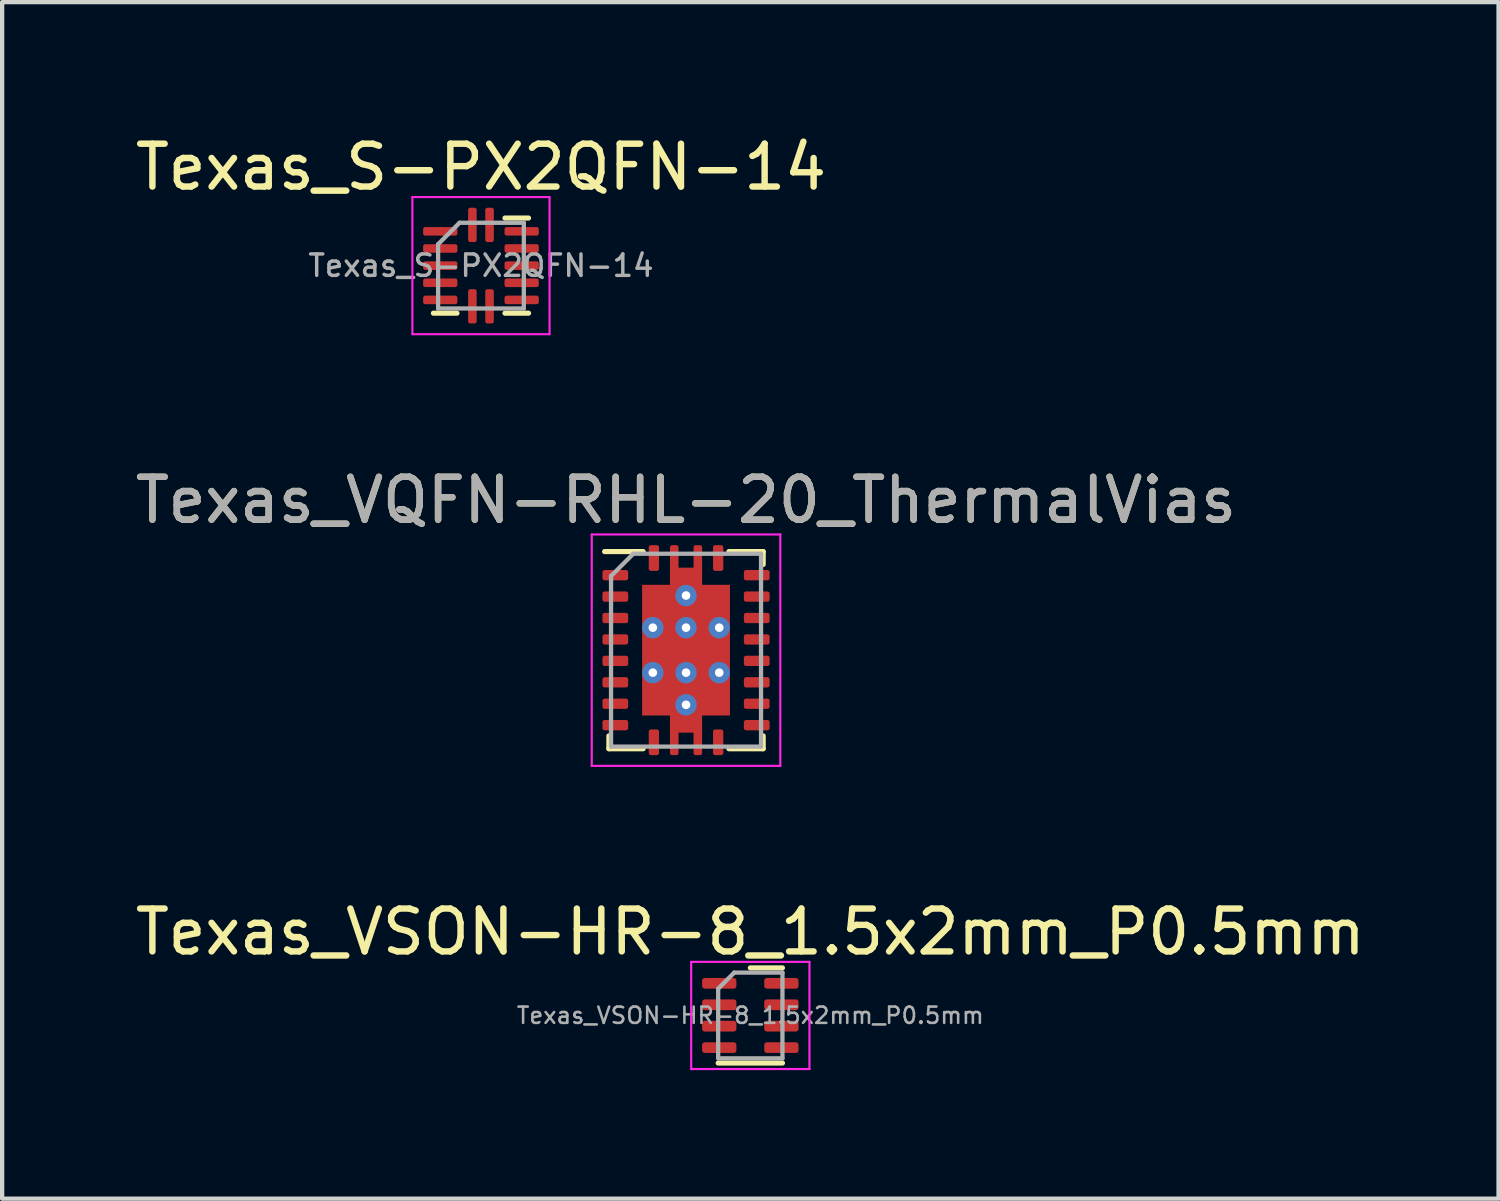
<source format=kicad_pcb>
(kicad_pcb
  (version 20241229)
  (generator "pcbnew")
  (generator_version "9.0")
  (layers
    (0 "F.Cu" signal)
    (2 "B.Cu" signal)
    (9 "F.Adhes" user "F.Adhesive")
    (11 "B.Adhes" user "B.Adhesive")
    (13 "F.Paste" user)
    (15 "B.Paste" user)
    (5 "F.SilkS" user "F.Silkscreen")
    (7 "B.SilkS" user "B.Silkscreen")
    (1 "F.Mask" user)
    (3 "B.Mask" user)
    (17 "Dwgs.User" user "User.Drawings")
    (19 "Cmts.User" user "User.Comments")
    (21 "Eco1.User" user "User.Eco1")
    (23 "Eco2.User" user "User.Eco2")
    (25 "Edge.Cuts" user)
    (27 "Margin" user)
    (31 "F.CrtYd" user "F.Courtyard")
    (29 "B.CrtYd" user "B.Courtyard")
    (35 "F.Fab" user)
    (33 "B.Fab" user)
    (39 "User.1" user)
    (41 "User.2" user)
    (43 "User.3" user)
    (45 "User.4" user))
  (footprint "Texas_S-PX2QFN-14"
    (layer "F.Cu")
    (at 8.173 3.148)
    (property "Reference" "Texas_S-PX2QFN-14" (at 0 -2.3 0) (layer "F.SilkS") (effects (font (size 1 1) (thickness 0.15))))
    (attr smd)
    (fp_line (start -0.56 1.11) (end -1.11 1.11) (stroke (width 0.12) (type solid)) (layer "F.SilkS"))
    (fp_line (start 0.56 -1.11) (end 1.11 -1.11) (stroke (width 0.12) (type solid)) (layer "F.SilkS"))
    (fp_line (start 0.56 1.11) (end 1.11 1.11) (stroke (width 0.12) (type solid)) (layer "F.SilkS"))
    (fp_line (start -1.6 -1.6) (end -1.6 1.6) (stroke (width 0.05) (type solid)) (layer "F.CrtYd"))
    (fp_line (start -1.6 1.6) (end 1.6 1.6) (stroke (width 0.05) (type solid)) (layer "F.CrtYd"))
    (fp_line (start 1.6 -1.6) (end -1.6 -1.6) (stroke (width 0.05) (type solid)) (layer "F.CrtYd"))
    (fp_line (start 1.6 1.6) (end 1.6 -1.6) (stroke (width 0.05) (type solid)) (layer "F.CrtYd"))
    (fp_line (start -1 -0.5) (end -0.5 -1) (stroke (width 0.1) (type solid)) (layer "F.Fab"))
    (fp_line (start -1 1) (end -1 -0.5) (stroke (width 0.1) (type solid)) (layer "F.Fab"))
    (fp_line (start -0.5 -1) (end 1 -1) (stroke (width 0.1) (type solid)) (layer "F.Fab"))
    (fp_line (start 1 -1) (end 1 1) (stroke (width 0.1) (type solid)) (layer "F.Fab"))
    (fp_line (start 1 1) (end -1 1) (stroke (width 0.1) (type solid)) (layer "F.Fab"))
    (fp_text user "${REFERENCE}" (at 0 0 0) (layer "F.Fab") (effects (font (size 0.5 0.5) (thickness 0.08))))
    (pad "1" smd roundrect (at -0.95 -0.8) (size 0.8 0.2) (layers "F.Cu" "F.Mask" "F.Paste") (roundrect_rratio 0.25))
    (pad "2" smd roundrect (at -0.95 -0.4) (size 0.8 0.2) (layers "F.Cu" "F.Mask" "F.Paste") (roundrect_rratio 0.25))
    (pad "3" smd roundrect (at -0.95 0) (size 0.8 0.2) (layers "F.Cu" "F.Mask" "F.Paste") (roundrect_rratio 0.25))
    (pad "4" smd roundrect (at -0.95 0.4) (size 0.8 0.2) (layers "F.Cu" "F.Mask" "F.Paste") (roundrect_rratio 0.25))
    (pad "5" smd roundrect (at -0.95 0.8) (size 0.8 0.2) (layers "F.Cu" "F.Mask" "F.Paste") (roundrect_rratio 0.25))
    (pad "6" smd roundrect (at -0.2 0.95) (size 0.2 0.8) (layers "F.Cu" "F.Mask" "F.Paste") (roundrect_rratio 0.25))
    (pad "7" smd roundrect (at 0.2 0.95) (size 0.2 0.8) (layers "F.Cu" "F.Mask" "F.Paste") (roundrect_rratio 0.25))
    (pad "8" smd roundrect (at 0.95 0.8) (size 0.8 0.2) (layers "F.Cu" "F.Mask" "F.Paste") (roundrect_rratio 0.25))
    (pad "9" smd roundrect (at 0.95 0.4) (size 0.8 0.2) (layers "F.Cu" "F.Mask" "F.Paste") (roundrect_rratio 0.25))
    (pad "10" smd roundrect (at 0.95 0) (size 0.8 0.2) (layers "F.Cu" "F.Mask" "F.Paste") (roundrect_rratio 0.25))
    (pad "11" smd roundrect (at 0.95 -0.4) (size 0.8 0.2) (layers "F.Cu" "F.Mask" "F.Paste") (roundrect_rratio 0.25))
    (pad "12" smd roundrect (at 0.95 -0.8) (size 0.8 0.2) (layers "F.Cu" "F.Mask" "F.Paste") (roundrect_rratio 0.25))
    (pad "13" smd roundrect (at 0.2 -0.95) (size 0.2 0.8) (layers "F.Cu" "F.Mask" "F.Paste") (roundrect_rratio 0.25))
    (pad "14" smd roundrect (at -0.2 -0.95) (size 0.2 0.8) (layers "F.Cu" "F.Mask" "F.Paste") (roundrect_rratio 0.25)))
  (footprint "Texas_VSON-HR-8_1.5x2mm_P0.5mm"
    (layer "F.Cu")
    (at 14.458 20.645)
    (property "Reference" "Texas_VSON-HR-8_1.5x2mm_P0.5mm" (at 0 -1.95 0) (layer "F.SilkS") (effects (font (size 1 1) (thickness 0.15))))
    (attr smd)
    (fp_line (start -0.75 1.11) (end 0.75 1.11) (stroke (width 0.12) (type solid)) (layer "F.SilkS"))
    (fp_line (start 0 -1.11) (end 0.75 -1.11) (stroke (width 0.12) (type solid)) (layer "F.SilkS"))
    (fp_line (start -1.38 -1.25) (end -1.38 1.25) (stroke (width 0.05) (type solid)) (layer "F.CrtYd"))
    (fp_line (start -1.38 1.25) (end 1.38 1.25) (stroke (width 0.05) (type solid)) (layer "F.CrtYd"))
    (fp_line (start 1.38 -1.25) (end -1.38 -1.25) (stroke (width 0.05) (type solid)) (layer "F.CrtYd"))
    (fp_line (start 1.38 1.25) (end 1.38 -1.25) (stroke (width 0.05) (type solid)) (layer "F.CrtYd"))
    (fp_line (start -0.75 -0.625) (end -0.375 -1) (stroke (width 0.1) (type solid)) (layer "F.Fab"))
    (fp_line (start -0.75 1) (end -0.75 -0.625) (stroke (width 0.1) (type solid)) (layer "F.Fab"))
    (fp_line (start -0.375 -1) (end 0.75 -1) (stroke (width 0.1) (type solid)) (layer "F.Fab"))
    (fp_line (start 0.75 -1) (end 0.75 1) (stroke (width 0.1) (type solid)) (layer "F.Fab"))
    (fp_line (start 0.75 1) (end -0.75 1) (stroke (width 0.1) (type solid)) (layer "F.Fab"))
    (fp_text user "${REFERENCE}" (at 0 0 0) (layer "F.Fab") (effects (font (size 0.38 0.38) (thickness 0.06))))
    (pad "1" smd roundrect (at -0.725 -0.75) (size 0.8 0.25) (layers "F.Cu" "F.Mask" "F.Paste") (roundrect_rratio 0.25))
    (pad "2" smd roundrect (at -0.725 -0.25) (size 0.8 0.25) (layers "F.Cu" "F.Mask" "F.Paste") (roundrect_rratio 0.25))
    (pad "3" smd roundrect (at -0.725 0.25) (size 0.8 0.25) (layers "F.Cu" "F.Mask" "F.Paste") (roundrect_rratio 0.25))
    (pad "4" smd roundrect (at -0.725 0.75) (size 0.8 0.25) (layers "F.Cu" "F.Mask" "F.Paste") (roundrect_rratio 0.25))
    (pad "5" smd roundrect (at 0.725 0.75) (size 0.8 0.25) (layers "F.Cu" "F.Mask" "F.Paste") (roundrect_rratio 0.25))
    (pad "6" smd roundrect (at 0.725 0.25) (size 0.8 0.25) (layers "F.Cu" "F.Mask" "F.Paste") (roundrect_rratio 0.25))
    (pad "7" smd roundrect (at 0.725 -0.25) (size 0.8 0.25) (layers "F.Cu" "F.Mask" "F.Paste") (roundrect_rratio 0.25))
    (pad "8" smd roundrect (at 0.725 -0.75) (size 0.8 0.25) (layers "F.Cu" "F.Mask" "F.Paste") (roundrect_rratio 0.25)))
  (footprint "Texas_VQFN-RHL-20_ThermalVias"
    (layer "F.Cu")
    (at 12.958 12.121)
    (property "Reference" "Texas_VQFN-RHL-20_ThermalVias" (at 0 -3.5 0) (layer "F.SilkS") (effects (font (size 1 1) (thickness 0.15))))
    (attr smd)
    (fp_line (start -1.9 -2.3) (end -1 -2.3) (stroke (width 0.12) (type solid)) (layer "F.SilkS"))
    (fp_line (start -1.8 2) (end -1.8 2.3) (stroke (width 0.12) (type solid)) (layer "F.SilkS"))
    (fp_line (start -1.8 2.3) (end -1 2.3) (stroke (width 0.12) (type solid)) (layer "F.SilkS"))
    (fp_line (start 1 -2.3) (end 1.8 -2.3) (stroke (width 0.12) (type solid)) (layer "F.SilkS"))
    (fp_line (start 1 2.3) (end 1.8 2.3) (stroke (width 0.12) (type solid)) (layer "F.SilkS"))
    (fp_line (start 1.8 -2.3) (end 1.8 -2) (stroke (width 0.12) (type solid)) (layer "F.SilkS"))
    (fp_line (start 1.8 2) (end 1.8 2.3) (stroke (width 0.12) (type solid)) (layer "F.SilkS"))
    (fp_line (start -2.2 -2.7) (end -2.2 2.7) (stroke (width 0.05) (type solid)) (layer "F.CrtYd"))
    (fp_line (start -2.2 -2.7) (end 2.2 -2.7) (stroke (width 0.05) (type solid)) (layer "F.CrtYd"))
    (fp_line (start -2.2 2.7) (end 2.2 2.7) (stroke (width 0.05) (type solid)) (layer "F.CrtYd"))
    (fp_line (start 2.2 -2.7) (end 2.2 2.7) (stroke (width 0.05) (type solid)) (layer "F.CrtYd"))
    (fp_line (start -1.75 -1.73) (end -1.75 2.25) (stroke (width 0.1) (type solid)) (layer "F.Fab"))
    (fp_line (start -1.75 -1.73) (end -1.23 -2.25) (stroke (width 0.1) (type solid)) (layer "F.Fab"))
    (fp_line (start -1.75 2.25) (end 1.75 2.25) (stroke (width 0.1) (type solid)) (layer "F.Fab"))
    (fp_line (start -1.23 -2.25) (end 1.75 -2.25) (stroke (width 0.1) (type solid)) (layer "F.Fab"))
    (fp_line (start 1.75 -2.25) (end 1.75 2.25) (stroke (width 0.1) (type solid)) (layer "F.Fab"))
    (fp_text user "${REFERENCE}" (at 0 -3.5 0) (layer "F.Fab") (effects (font (size 1 1) (thickness 0.15))))
    (pad "" smd rect (at -0.56 -1.05) (size 0.92 0.85) (layers "F.Paste"))
    (pad "" smd rect (at -0.56 0) (size 0.92 0.85) (layers "F.Paste"))
    (pad "" smd rect (at -0.56 1.05) (size 0.92 0.85) (layers "F.Paste"))
    (pad "" smd rect (at 0 -1.8) (size 0.75 0.25) (layers "F.Paste"))
    (pad "" smd rect (at 0 1.8) (size 0.75 0.25) (layers "F.Paste"))
    (pad "" smd rect (at 0.56 -1.05) (size 0.92 0.85) (layers "F.Paste"))
    (pad "" smd rect (at 0.56 0) (size 0.92 0.85) (layers "F.Paste"))
    (pad "" smd rect (at 0.56 1.05) (size 0.92 0.85) (layers "F.Paste"))
    (pad "1" smd roundrect (at -0.75 -2.15) (size 0.24 0.6) (layers "F.Cu" "F.Mask" "F.Paste") (roundrect_rratio 0.21))
    (pad "2" smd roundrect (at -1.65 -1.75) (size 0.6 0.24) (layers "F.Cu" "F.Mask" "F.Paste") (roundrect_rratio 0.21))
    (pad "3" smd roundrect (at -1.65 -1.25) (size 0.6 0.24) (layers "F.Cu" "F.Mask" "F.Paste") (roundrect_rratio 0.21))
    (pad "4" smd roundrect (at -1.65 -0.75) (size 0.6 0.24) (layers "F.Cu" "F.Mask" "F.Paste") (roundrect_rratio 0.21))
    (pad "5" smd roundrect (at -1.65 -0.25) (size 0.6 0.24) (layers "F.Cu" "F.Mask" "F.Paste") (roundrect_rratio 0.21))
    (pad "6" smd roundrect (at -1.65 0.25) (size 0.6 0.24) (layers "F.Cu" "F.Mask" "F.Paste") (roundrect_rratio 0.21))
    (pad "7" smd roundrect (at -1.65 0.75) (size 0.6 0.24) (layers "F.Cu" "F.Mask" "F.Paste") (roundrect_rratio 0.21))
    (pad "8" smd roundrect (at -1.65 1.25) (size 0.6 0.24) (layers "F.Cu" "F.Mask" "F.Paste") (roundrect_rratio 0.21))
    (pad "9" smd roundrect (at -1.65 1.75) (size 0.6 0.24) (layers "F.Cu" "F.Mask" "F.Paste") (roundrect_rratio 0.21))
    (pad "10" smd roundrect (at -0.75 2.15) (size 0.24 0.6) (layers "F.Cu" "F.Mask" "F.Paste") (roundrect_rratio 0.21))
    (pad "11" smd roundrect (at 0.75 2.15) (size 0.24 0.6) (layers "F.Cu" "F.Mask" "F.Paste") (roundrect_rratio 0.21))
    (pad "12" smd roundrect (at 1.65 1.75) (size 0.6 0.24) (layers "F.Cu" "F.Mask" "F.Paste") (roundrect_rratio 0.21))
    (pad "13" smd roundrect (at 1.65 1.25) (size 0.6 0.24) (layers "F.Cu" "F.Mask" "F.Paste") (roundrect_rratio 0.21))
    (pad "14" smd roundrect (at 1.65 0.75) (size 0.6 0.24) (layers "F.Cu" "F.Mask" "F.Paste") (roundrect_rratio 0.21))
    (pad "15" smd roundrect (at 1.65 0.25) (size 0.6 0.24) (layers "F.Cu" "F.Mask" "F.Paste") (roundrect_rratio 0.21))
    (pad "16" smd roundrect (at 1.65 -0.25) (size 0.6 0.24) (layers "F.Cu" "F.Mask" "F.Paste") (roundrect_rratio 0.21))
    (pad "17" smd roundrect (at 1.65 -0.75) (size 0.6 0.24) (layers "F.Cu" "F.Mask" "F.Paste") (roundrect_rratio 0.21))
    (pad "18" smd roundrect (at 1.65 -1.25) (size 0.6 0.24) (layers "F.Cu" "F.Mask" "F.Paste") (roundrect_rratio 0.21))
    (pad "19" smd roundrect (at 1.65 -1.75) (size 0.6 0.24) (layers "F.Cu" "F.Mask" "F.Paste") (roundrect_rratio 0.21))
    (pad "20" smd roundrect (at 0.75 -2.15) (size 0.24 0.6) (layers "F.Cu" "F.Mask" "F.Paste") (roundrect_rratio 0.21))
    (pad "21" thru_hole circle (at -0.775 -0.525) (size 0.5 0.5) (drill 0.2) (layers "*.Cu"))
    (pad "21" thru_hole circle (at -0.775 0.525) (size 0.5 0.5) (drill 0.2) (layers "*.Cu"))
    (pad "21" smd roundrect (at -0.275 -2.15) (size 0.2 0.6) (layers "F.Cu" "F.Mask" "F.Paste") (roundrect_rratio 0.25))
    (pad "21" smd roundrect (at -0.275 2.15) (size 0.2 0.6) (layers "F.Cu" "F.Mask" "F.Paste") (roundrect_rratio 0.25))
    (pad "21" thru_hole circle (at 0 -1.275) (size 0.5 0.5) (drill 0.2) (layers "*.Cu"))
    (pad "21" thru_hole circle (at 0 -0.525) (size 0.5 0.5) (drill 0.2) (layers "*.Cu"))
    (pad "21" smd custom (at 0 0) (size 1.524 1.524) (layers "F.Cu" "F.Mask") (options (anchor rect)) (primitives (gr_poly (pts (xy 0.375 -1.525) (xy 1.025 -1.525) (xy 1.025 1.525) (xy 0.375 1.525) (xy 0.375 1.925) (xy -0.375 1.925) (xy -0.375 1.525) (xy -1.025 1.525) (xy -1.025 -1.525) (xy -0.375 -1.525) (xy -0.375 -1.925) (xy 0.375 -1.925)) (width 0) (fill yes))))
    (pad "21" thru_hole circle (at 0 0.525) (size 0.5 0.5) (drill 0.2) (layers "*.Cu"))
    (pad "21" thru_hole circle (at 0 1.275) (size 0.5 0.5) (drill 0.2) (layers "*.Cu"))
    (pad "21" smd roundrect (at 0.275 -2.15) (size 0.2 0.6) (layers "F.Cu" "F.Mask" "F.Paste") (roundrect_rratio 0.25))
    (pad "21" smd roundrect (at 0.275 2.15) (size 0.2 0.6) (layers "F.Cu" "F.Mask" "F.Paste") (roundrect_rratio 0.25))
    (pad "21" thru_hole circle (at 0.775 -0.525) (size 0.5 0.5) (drill 0.2) (layers "*.Cu"))
    (pad "21" thru_hole circle (at 0.775 0.525) (size 0.5 0.5) (drill 0.2) (layers "*.Cu")))
  (gr_rect
    (start -3 -3)
    (end 31.917 24.92)
    (stroke (width 0.1) (type default))
    (fill no)
    (layer "Edge.Cuts")))
</source>
